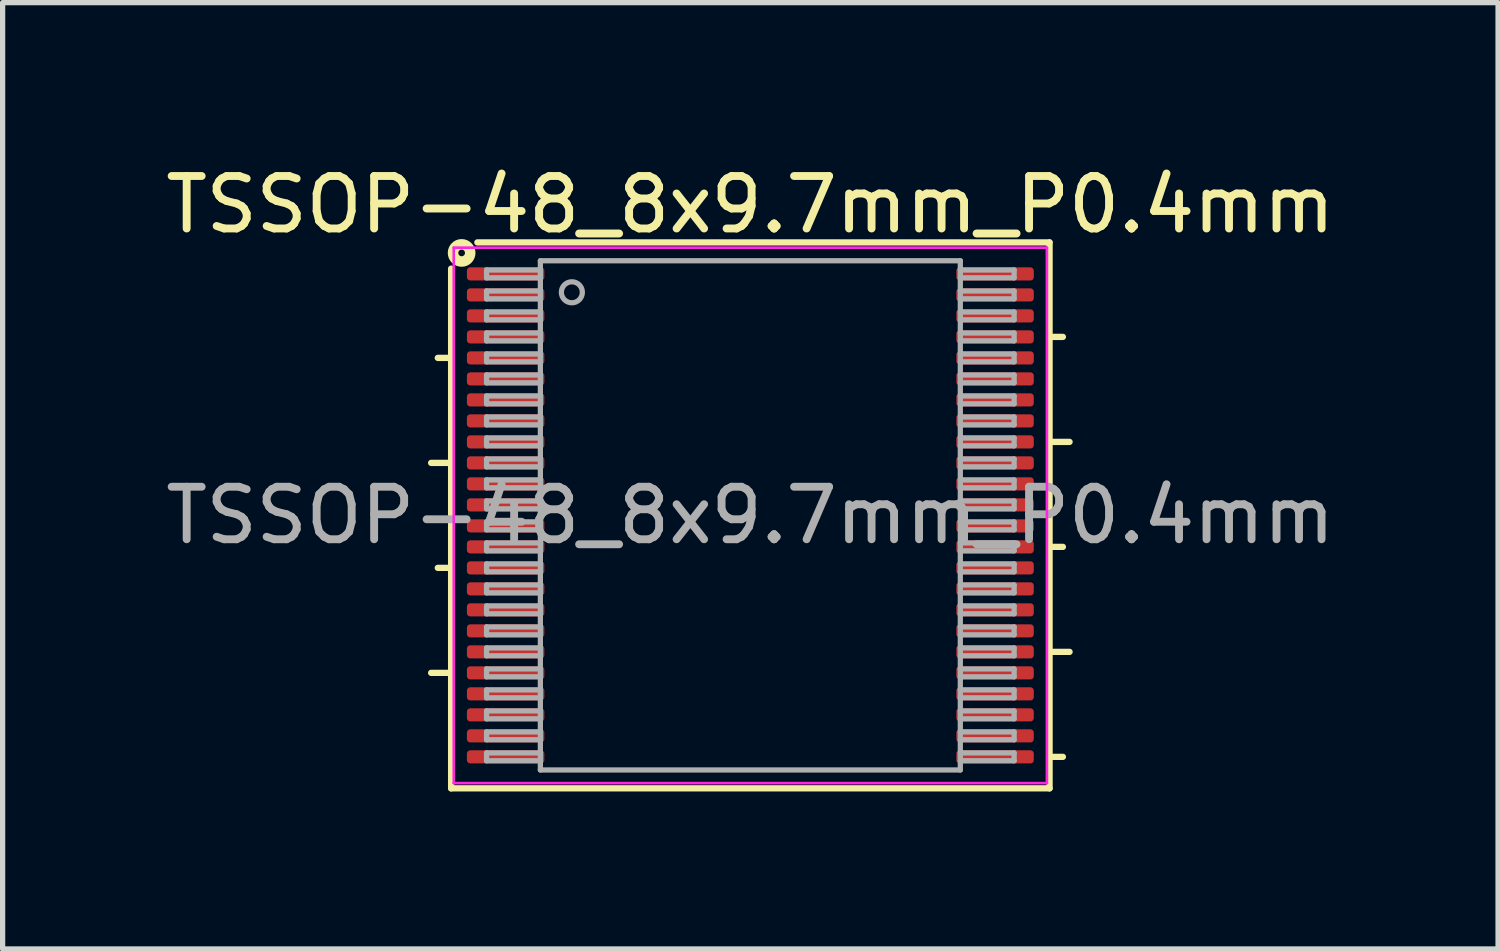
<source format=kicad_pcb>
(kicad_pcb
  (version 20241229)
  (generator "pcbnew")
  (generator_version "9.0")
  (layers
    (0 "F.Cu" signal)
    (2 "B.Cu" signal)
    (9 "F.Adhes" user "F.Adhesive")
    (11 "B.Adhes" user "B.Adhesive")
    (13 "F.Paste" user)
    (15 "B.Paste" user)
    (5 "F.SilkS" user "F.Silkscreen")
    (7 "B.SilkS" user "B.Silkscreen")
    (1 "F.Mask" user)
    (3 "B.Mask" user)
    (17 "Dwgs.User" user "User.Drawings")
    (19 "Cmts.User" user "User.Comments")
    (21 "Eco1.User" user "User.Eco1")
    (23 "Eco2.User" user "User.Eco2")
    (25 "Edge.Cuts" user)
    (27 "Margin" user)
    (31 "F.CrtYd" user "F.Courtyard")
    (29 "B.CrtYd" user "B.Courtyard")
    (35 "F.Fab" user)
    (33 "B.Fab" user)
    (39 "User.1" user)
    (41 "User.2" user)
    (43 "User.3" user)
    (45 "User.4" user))
  (footprint "TSSOP-48_8x9.7mm_P0.4mm"
    (layer "F.Cu")
    (at 11.244 6.768)
    (property "Reference" "TSSOP-48_8x9.7mm_P0.4mm" (at 0 -5.92 0) (layer "F.SilkS") (effects (font (size 1 1) (thickness 0.15))))
    (attr smd)
    (fp_line (start -6.081 -1) (end -5.7 -1) (stroke (width 0.12) (type solid)) (layer "F.SilkS"))
    (fp_line (start -6.081 3) (end -5.7 3) (stroke (width 0.12) (type solid)) (layer "F.SilkS"))
    (fp_line (start -5.954 -3) (end -5.7 -3) (stroke (width 0.12) (type solid)) (layer "F.SilkS"))
    (fp_line (start -5.954 1) (end -5.7 1) (stroke (width 0.12) (type solid)) (layer "F.SilkS"))
    (fp_line (start -5.7 -4.7) (end -5.7 5.2) (stroke (width 0.12) (type solid)) (layer "F.SilkS"))
    (fp_line (start -5.7 5.2) (end 5.7 5.2) (stroke (width 0.12) (type solid)) (layer "F.SilkS"))
    (fp_line (start 5.7 -5.2) (end -5.2 -5.2) (stroke (width 0.12) (type solid)) (layer "F.SilkS"))
    (fp_line (start 5.7 5.2) (end 5.7 -5.2) (stroke (width 0.12) (type solid)) (layer "F.SilkS"))
    (fp_line (start 5.954 -3.4) (end 5.7 -3.4) (stroke (width 0.12) (type solid)) (layer "F.SilkS"))
    (fp_line (start 5.954 0.6) (end 5.7 0.6) (stroke (width 0.12) (type solid)) (layer "F.SilkS"))
    (fp_line (start 5.954 4.6) (end 5.7 4.6) (stroke (width 0.12) (type solid)) (layer "F.SilkS"))
    (fp_line (start 6.081 -1.4) (end 5.7 -1.4) (stroke (width 0.12) (type solid)) (layer "F.SilkS"))
    (fp_line (start 6.081 2.6) (end 5.7 2.6) (stroke (width 0.12) (type solid)) (layer "F.SilkS"))
    (fp_circle (center -5.5 -5) (end -5.436 -5) (stroke (width 0.2) (type solid)) (fill no) (layer "F.SilkS"))
    (fp_line (start -5.65 -5.1) (end -5.65 5.1) (stroke (width 0.05) (type solid)) (layer "F.CrtYd"))
    (fp_line (start -5.65 5.1) (end 5.65 5.1) (stroke (width 0.05) (type solid)) (layer "F.CrtYd"))
    (fp_line (start 5.65 -5.1) (end -5.65 -5.1) (stroke (width 0.05) (type solid)) (layer "F.CrtYd"))
    (fp_line (start 5.65 5.1) (end 5.65 -5.1) (stroke (width 0.05) (type solid)) (layer "F.CrtYd"))
    (fp_line (start -5.025 -4.675) (end -5.025 -4.525) (stroke (width 0.1) (type solid)) (layer "F.Fab"))
    (fp_line (start -5.025 -4.525) (end -4 -4.525) (stroke (width 0.1) (type solid)) (layer "F.Fab"))
    (fp_line (start -5.025 -4.275) (end -5.025 -4.125) (stroke (width 0.1) (type solid)) (layer "F.Fab"))
    (fp_line (start -5.025 -4.125) (end -4 -4.125) (stroke (width 0.1) (type solid)) (layer "F.Fab"))
    (fp_line (start -5.025 -3.875) (end -5.025 -3.725) (stroke (width 0.1) (type solid)) (layer "F.Fab"))
    (fp_line (start -5.025 -3.725) (end -4 -3.725) (stroke (width 0.1) (type solid)) (layer "F.Fab"))
    (fp_line (start -5.025 -3.475) (end -5.025 -3.325) (stroke (width 0.1) (type solid)) (layer "F.Fab"))
    (fp_line (start -5.025 -3.325) (end -4 -3.325) (stroke (width 0.1) (type solid)) (layer "F.Fab"))
    (fp_line (start -5.025 -3.075) (end -5.025 -2.925) (stroke (width 0.1) (type solid)) (layer "F.Fab"))
    (fp_line (start -5.025 -2.925) (end -4 -2.925) (stroke (width 0.1) (type solid)) (layer "F.Fab"))
    (fp_line (start -5.025 -2.675) (end -5.025 -2.525) (stroke (width 0.1) (type solid)) (layer "F.Fab"))
    (fp_line (start -5.025 -2.525) (end -4 -2.525) (stroke (width 0.1) (type solid)) (layer "F.Fab"))
    (fp_line (start -5.025 -2.275) (end -5.025 -2.125) (stroke (width 0.1) (type solid)) (layer "F.Fab"))
    (fp_line (start -5.025 -2.125) (end -4 -2.125) (stroke (width 0.1) (type solid)) (layer "F.Fab"))
    (fp_line (start -5.025 -1.875) (end -5.025 -1.725) (stroke (width 0.1) (type solid)) (layer "F.Fab"))
    (fp_line (start -5.025 -1.725) (end -4 -1.725) (stroke (width 0.1) (type solid)) (layer "F.Fab"))
    (fp_line (start -5.025 -1.475) (end -5.025 -1.325) (stroke (width 0.1) (type solid)) (layer "F.Fab"))
    (fp_line (start -5.025 -1.325) (end -4 -1.325) (stroke (width 0.1) (type solid)) (layer "F.Fab"))
    (fp_line (start -5.025 -1.075) (end -5.025 -0.925) (stroke (width 0.1) (type solid)) (layer "F.Fab"))
    (fp_line (start -5.025 -0.925) (end -4 -0.925) (stroke (width 0.1) (type solid)) (layer "F.Fab"))
    (fp_line (start -5.025 -0.675) (end -5.025 -0.525) (stroke (width 0.1) (type solid)) (layer "F.Fab"))
    (fp_line (start -5.025 -0.525) (end -4 -0.525) (stroke (width 0.1) (type solid)) (layer "F.Fab"))
    (fp_line (start -5.025 -0.275) (end -5.025 -0.125) (stroke (width 0.1) (type solid)) (layer "F.Fab"))
    (fp_line (start -5.025 -0.125) (end -4 -0.125) (stroke (width 0.1) (type solid)) (layer "F.Fab"))
    (fp_line (start -5.025 0.125) (end -5.025 0.275) (stroke (width 0.1) (type solid)) (layer "F.Fab"))
    (fp_line (start -5.025 0.275) (end -4 0.275) (stroke (width 0.1) (type solid)) (layer "F.Fab"))
    (fp_line (start -5.025 0.525) (end -5.025 0.675) (stroke (width 0.1) (type solid)) (layer "F.Fab"))
    (fp_line (start -5.025 0.675) (end -4 0.675) (stroke (width 0.1) (type solid)) (layer "F.Fab"))
    (fp_line (start -5.025 0.925) (end -5.025 1.075) (stroke (width 0.1) (type solid)) (layer "F.Fab"))
    (fp_line (start -5.025 1.075) (end -4 1.075) (stroke (width 0.1) (type solid)) (layer "F.Fab"))
    (fp_line (start -5.025 1.325) (end -5.025 1.475) (stroke (width 0.1) (type solid)) (layer "F.Fab"))
    (fp_line (start -5.025 1.475) (end -4 1.475) (stroke (width 0.1) (type solid)) (layer "F.Fab"))
    (fp_line (start -5.025 1.725) (end -5.025 1.875) (stroke (width 0.1) (type solid)) (layer "F.Fab"))
    (fp_line (start -5.025 1.875) (end -4 1.875) (stroke (width 0.1) (type solid)) (layer "F.Fab"))
    (fp_line (start -5.025 2.125) (end -5.025 2.275) (stroke (width 0.1) (type solid)) (layer "F.Fab"))
    (fp_line (start -5.025 2.275) (end -4 2.275) (stroke (width 0.1) (type solid)) (layer "F.Fab"))
    (fp_line (start -5.025 2.525) (end -5.025 2.675) (stroke (width 0.1) (type solid)) (layer "F.Fab"))
    (fp_line (start -5.025 2.675) (end -4 2.675) (stroke (width 0.1) (type solid)) (layer "F.Fab"))
    (fp_line (start -5.025 2.925) (end -5.025 3.075) (stroke (width 0.1) (type solid)) (layer "F.Fab"))
    (fp_line (start -5.025 3.075) (end -4 3.075) (stroke (width 0.1) (type solid)) (layer "F.Fab"))
    (fp_line (start -5.025 3.325) (end -5.025 3.475) (stroke (width 0.1) (type solid)) (layer "F.Fab"))
    (fp_line (start -5.025 3.475) (end -4 3.475) (stroke (width 0.1) (type solid)) (layer "F.Fab"))
    (fp_line (start -5.025 3.725) (end -5.025 3.875) (stroke (width 0.1) (type solid)) (layer "F.Fab"))
    (fp_line (start -5.025 3.875) (end -4 3.875) (stroke (width 0.1) (type solid)) (layer "F.Fab"))
    (fp_line (start -5.025 4.125) (end -5.025 4.275) (stroke (width 0.1) (type solid)) (layer "F.Fab"))
    (fp_line (start -5.025 4.275) (end -4 4.275) (stroke (width 0.1) (type solid)) (layer "F.Fab"))
    (fp_line (start -5.025 4.525) (end -5.025 4.675) (stroke (width 0.1) (type solid)) (layer "F.Fab"))
    (fp_line (start -5.025 4.675) (end -4 4.675) (stroke (width 0.1) (type solid)) (layer "F.Fab"))
    (fp_line (start -4 -4.85) (end 4 -4.85) (stroke (width 0.1) (type solid)) (layer "F.Fab"))
    (fp_line (start -4 -4.675) (end -5.025 -4.675) (stroke (width 0.1) (type solid)) (layer "F.Fab"))
    (fp_line (start -4 -4.275) (end -5.025 -4.275) (stroke (width 0.1) (type solid)) (layer "F.Fab"))
    (fp_line (start -4 -3.875) (end -5.025 -3.875) (stroke (width 0.1) (type solid)) (layer "F.Fab"))
    (fp_line (start -4 -3.475) (end -5.025 -3.475) (stroke (width 0.1) (type solid)) (layer "F.Fab"))
    (fp_line (start -4 -3.075) (end -5.025 -3.075) (stroke (width 0.1) (type solid)) (layer "F.Fab"))
    (fp_line (start -4 -2.675) (end -5.025 -2.675) (stroke (width 0.1) (type solid)) (layer "F.Fab"))
    (fp_line (start -4 -2.275) (end -5.025 -2.275) (stroke (width 0.1) (type solid)) (layer "F.Fab"))
    (fp_line (start -4 -1.875) (end -5.025 -1.875) (stroke (width 0.1) (type solid)) (layer "F.Fab"))
    (fp_line (start -4 -1.475) (end -5.025 -1.475) (stroke (width 0.1) (type solid)) (layer "F.Fab"))
    (fp_line (start -4 -1.075) (end -5.025 -1.075) (stroke (width 0.1) (type solid)) (layer "F.Fab"))
    (fp_line (start -4 -0.675) (end -5.025 -0.675) (stroke (width 0.1) (type solid)) (layer "F.Fab"))
    (fp_line (start -4 -0.275) (end -5.025 -0.275) (stroke (width 0.1) (type solid)) (layer "F.Fab"))
    (fp_line (start -4 0.125) (end -5.025 0.125) (stroke (width 0.1) (type solid)) (layer "F.Fab"))
    (fp_line (start -4 0.525) (end -5.025 0.525) (stroke (width 0.1) (type solid)) (layer "F.Fab"))
    (fp_line (start -4 0.925) (end -5.025 0.925) (stroke (width 0.1) (type solid)) (layer "F.Fab"))
    (fp_line (start -4 1.325) (end -5.025 1.325) (stroke (width 0.1) (type solid)) (layer "F.Fab"))
    (fp_line (start -4 1.725) (end -5.025 1.725) (stroke (width 0.1) (type solid)) (layer "F.Fab"))
    (fp_line (start -4 2.125) (end -5.025 2.125) (stroke (width 0.1) (type solid)) (layer "F.Fab"))
    (fp_line (start -4 2.525) (end -5.025 2.525) (stroke (width 0.1) (type solid)) (layer "F.Fab"))
    (fp_line (start -4 2.925) (end -5.025 2.925) (stroke (width 0.1) (type solid)) (layer "F.Fab"))
    (fp_line (start -4 3.325) (end -5.025 3.325) (stroke (width 0.1) (type solid)) (layer "F.Fab"))
    (fp_line (start -4 3.725) (end -5.025 3.725) (stroke (width 0.1) (type solid)) (layer "F.Fab"))
    (fp_line (start -4 4.125) (end -5.025 4.125) (stroke (width 0.1) (type solid)) (layer "F.Fab"))
    (fp_line (start -4 4.525) (end -5.025 4.525) (stroke (width 0.1) (type solid)) (layer "F.Fab"))
    (fp_line (start -4 4.85) (end -4 -4.85) (stroke (width 0.1) (type solid)) (layer "F.Fab"))
    (fp_line (start 4 -4.85) (end 4 4.85) (stroke (width 0.1) (type solid)) (layer "F.Fab"))
    (fp_line (start 4 -4.525) (end 5.025 -4.525) (stroke (width 0.1) (type solid)) (layer "F.Fab"))
    (fp_line (start 4 -4.125) (end 5.025 -4.125) (stroke (width 0.1) (type solid)) (layer "F.Fab"))
    (fp_line (start 4 -3.725) (end 5.025 -3.725) (stroke (width 0.1) (type solid)) (layer "F.Fab"))
    (fp_line (start 4 -3.325) (end 5.025 -3.325) (stroke (width 0.1) (type solid)) (layer "F.Fab"))
    (fp_line (start 4 -2.925) (end 5.025 -2.925) (stroke (width 0.1) (type solid)) (layer "F.Fab"))
    (fp_line (start 4 -2.525) (end 5.025 -2.525) (stroke (width 0.1) (type solid)) (layer "F.Fab"))
    (fp_line (start 4 -2.125) (end 5.025 -2.125) (stroke (width 0.1) (type solid)) (layer "F.Fab"))
    (fp_line (start 4 -1.725) (end 5.025 -1.725) (stroke (width 0.1) (type solid)) (layer "F.Fab"))
    (fp_line (start 4 -1.325) (end 5.025 -1.325) (stroke (width 0.1) (type solid)) (layer "F.Fab"))
    (fp_line (start 4 -0.925) (end 5.025 -0.925) (stroke (width 0.1) (type solid)) (layer "F.Fab"))
    (fp_line (start 4 -0.525) (end 5.025 -0.525) (stroke (width 0.1) (type solid)) (layer "F.Fab"))
    (fp_line (start 4 -0.125) (end 5.025 -0.125) (stroke (width 0.1) (type solid)) (layer "F.Fab"))
    (fp_line (start 4 0.275) (end 5.025 0.275) (stroke (width 0.1) (type solid)) (layer "F.Fab"))
    (fp_line (start 4 0.675) (end 5.025 0.675) (stroke (width 0.1) (type solid)) (layer "F.Fab"))
    (fp_line (start 4 1.075) (end 5.025 1.075) (stroke (width 0.1) (type solid)) (layer "F.Fab"))
    (fp_line (start 4 1.475) (end 5.025 1.475) (stroke (width 0.1) (type solid)) (layer "F.Fab"))
    (fp_line (start 4 1.875) (end 5.025 1.875) (stroke (width 0.1) (type solid)) (layer "F.Fab"))
    (fp_line (start 4 2.275) (end 5.025 2.275) (stroke (width 0.1) (type solid)) (layer "F.Fab"))
    (fp_line (start 4 2.675) (end 5.025 2.675) (stroke (width 0.1) (type solid)) (layer "F.Fab"))
    (fp_line (start 4 3.075) (end 5.025 3.075) (stroke (width 0.1) (type solid)) (layer "F.Fab"))
    (fp_line (start 4 3.475) (end 5.025 3.475) (stroke (width 0.1) (type solid)) (layer "F.Fab"))
    (fp_line (start 4 3.875) (end 5.025 3.875) (stroke (width 0.1) (type solid)) (layer "F.Fab"))
    (fp_line (start 4 4.275) (end 5.025 4.275) (stroke (width 0.1) (type solid)) (layer "F.Fab"))
    (fp_line (start 4 4.675) (end 5.025 4.675) (stroke (width 0.1) (type solid)) (layer "F.Fab"))
    (fp_line (start 4 4.85) (end -4 4.85) (stroke (width 0.1) (type solid)) (layer "F.Fab"))
    (fp_line (start 5.025 -4.675) (end 4 -4.675) (stroke (width 0.1) (type solid)) (layer "F.Fab"))
    (fp_line (start 5.025 -4.525) (end 5.025 -4.675) (stroke (width 0.1) (type solid)) (layer "F.Fab"))
    (fp_line (start 5.025 -4.275) (end 4 -4.275) (stroke (width 0.1) (type solid)) (layer "F.Fab"))
    (fp_line (start 5.025 -4.125) (end 5.025 -4.275) (stroke (width 0.1) (type solid)) (layer "F.Fab"))
    (fp_line (start 5.025 -3.875) (end 4 -3.875) (stroke (width 0.1) (type solid)) (layer "F.Fab"))
    (fp_line (start 5.025 -3.725) (end 5.025 -3.875) (stroke (width 0.1) (type solid)) (layer "F.Fab"))
    (fp_line (start 5.025 -3.475) (end 4 -3.475) (stroke (width 0.1) (type solid)) (layer "F.Fab"))
    (fp_line (start 5.025 -3.325) (end 5.025 -3.475) (stroke (width 0.1) (type solid)) (layer "F.Fab"))
    (fp_line (start 5.025 -3.075) (end 4 -3.075) (stroke (width 0.1) (type solid)) (layer "F.Fab"))
    (fp_line (start 5.025 -2.925) (end 5.025 -3.075) (stroke (width 0.1) (type solid)) (layer "F.Fab"))
    (fp_line (start 5.025 -2.675) (end 4 -2.675) (stroke (width 0.1) (type solid)) (layer "F.Fab"))
    (fp_line (start 5.025 -2.525) (end 5.025 -2.675) (stroke (width 0.1) (type solid)) (layer "F.Fab"))
    (fp_line (start 5.025 -2.275) (end 4 -2.275) (stroke (width 0.1) (type solid)) (layer "F.Fab"))
    (fp_line (start 5.025 -2.125) (end 5.025 -2.275) (stroke (width 0.1) (type solid)) (layer "F.Fab"))
    (fp_line (start 5.025 -1.875) (end 4 -1.875) (stroke (width 0.1) (type solid)) (layer "F.Fab"))
    (fp_line (start 5.025 -1.725) (end 5.025 -1.875) (stroke (width 0.1) (type solid)) (layer "F.Fab"))
    (fp_line (start 5.025 -1.475) (end 4 -1.475) (stroke (width 0.1) (type solid)) (layer "F.Fab"))
    (fp_line (start 5.025 -1.325) (end 5.025 -1.475) (stroke (width 0.1) (type solid)) (layer "F.Fab"))
    (fp_line (start 5.025 -1.075) (end 4 -1.075) (stroke (width 0.1) (type solid)) (layer "F.Fab"))
    (fp_line (start 5.025 -0.925) (end 5.025 -1.075) (stroke (width 0.1) (type solid)) (layer "F.Fab"))
    (fp_line (start 5.025 -0.675) (end 4 -0.675) (stroke (width 0.1) (type solid)) (layer "F.Fab"))
    (fp_line (start 5.025 -0.525) (end 5.025 -0.675) (stroke (width 0.1) (type solid)) (layer "F.Fab"))
    (fp_line (start 5.025 -0.275) (end 4 -0.275) (stroke (width 0.1) (type solid)) (layer "F.Fab"))
    (fp_line (start 5.025 -0.125) (end 5.025 -0.275) (stroke (width 0.1) (type solid)) (layer "F.Fab"))
    (fp_line (start 5.025 0.125) (end 4 0.125) (stroke (width 0.1) (type solid)) (layer "F.Fab"))
    (fp_line (start 5.025 0.275) (end 5.025 0.125) (stroke (width 0.1) (type solid)) (layer "F.Fab"))
    (fp_line (start 5.025 0.525) (end 4 0.525) (stroke (width 0.1) (type solid)) (layer "F.Fab"))
    (fp_line (start 5.025 0.675) (end 5.025 0.525) (stroke (width 0.1) (type solid)) (layer "F.Fab"))
    (fp_line (start 5.025 0.925) (end 4 0.925) (stroke (width 0.1) (type solid)) (layer "F.Fab"))
    (fp_line (start 5.025 1.075) (end 5.025 0.925) (stroke (width 0.1) (type solid)) (layer "F.Fab"))
    (fp_line (start 5.025 1.325) (end 4 1.325) (stroke (width 0.1) (type solid)) (layer "F.Fab"))
    (fp_line (start 5.025 1.475) (end 5.025 1.325) (stroke (width 0.1) (type solid)) (layer "F.Fab"))
    (fp_line (start 5.025 1.725) (end 4 1.725) (stroke (width 0.1) (type solid)) (layer "F.Fab"))
    (fp_line (start 5.025 1.875) (end 5.025 1.725) (stroke (width 0.1) (type solid)) (layer "F.Fab"))
    (fp_line (start 5.025 2.125) (end 4 2.125) (stroke (width 0.1) (type solid)) (layer "F.Fab"))
    (fp_line (start 5.025 2.275) (end 5.025 2.125) (stroke (width 0.1) (type solid)) (layer "F.Fab"))
    (fp_line (start 5.025 2.525) (end 4 2.525) (stroke (width 0.1) (type solid)) (layer "F.Fab"))
    (fp_line (start 5.025 2.675) (end 5.025 2.525) (stroke (width 0.1) (type solid)) (layer "F.Fab"))
    (fp_line (start 5.025 2.925) (end 4 2.925) (stroke (width 0.1) (type solid)) (layer "F.Fab"))
    (fp_line (start 5.025 3.075) (end 5.025 2.925) (stroke (width 0.1) (type solid)) (layer "F.Fab"))
    (fp_line (start 5.025 3.325) (end 4 3.325) (stroke (width 0.1) (type solid)) (layer "F.Fab"))
    (fp_line (start 5.025 3.475) (end 5.025 3.325) (stroke (width 0.1) (type solid)) (layer "F.Fab"))
    (fp_line (start 5.025 3.725) (end 4 3.725) (stroke (width 0.1) (type solid)) (layer "F.Fab"))
    (fp_line (start 5.025 3.875) (end 5.025 3.725) (stroke (width 0.1) (type solid)) (layer "F.Fab"))
    (fp_line (start 5.025 4.125) (end 4 4.125) (stroke (width 0.1) (type solid)) (layer "F.Fab"))
    (fp_line (start 5.025 4.275) (end 5.025 4.125) (stroke (width 0.1) (type solid)) (layer "F.Fab"))
    (fp_line (start 5.025 4.525) (end 4 4.525) (stroke (width 0.1) (type solid)) (layer "F.Fab"))
    (fp_line (start 5.025 4.675) (end 5.025 4.525) (stroke (width 0.1) (type solid)) (layer "F.Fab"))
    (fp_circle (center -3.4 -4.25) (end -3.2 -4.25) (stroke (width 0.1) (type solid)) (fill no) (layer "F.Fab"))
    (fp_text user "${REFERENCE}" (at 0 0 0) (layer "F.Fab") (effects (font (size 1 1) (thickness 0.15))))
    (pad "1" smd roundrect (at -4.662 -4.6) (size 1.475 0.25) (layers "F.Cu" "F.Mask" "F.Paste") (roundrect_rratio 0.25))
    (pad "2" smd roundrect (at -4.662 -4.2) (size 1.475 0.25) (layers "F.Cu" "F.Mask" "F.Paste") (roundrect_rratio 0.25))
    (pad "3" smd roundrect (at -4.662 -3.8) (size 1.475 0.25) (layers "F.Cu" "F.Mask" "F.Paste") (roundrect_rratio 0.25))
    (pad "4" smd roundrect (at -4.662 -3.4) (size 1.475 0.25) (layers "F.Cu" "F.Mask" "F.Paste") (roundrect_rratio 0.25))
    (pad "5" smd roundrect (at -4.662 -3) (size 1.475 0.25) (layers "F.Cu" "F.Mask" "F.Paste") (roundrect_rratio 0.25))
    (pad "6" smd roundrect (at -4.662 -2.6) (size 1.475 0.25) (layers "F.Cu" "F.Mask" "F.Paste") (roundrect_rratio 0.25))
    (pad "7" smd roundrect (at -4.662 -2.2) (size 1.475 0.25) (layers "F.Cu" "F.Mask" "F.Paste") (roundrect_rratio 0.25))
    (pad "8" smd roundrect (at -4.662 -1.8) (size 1.475 0.25) (layers "F.Cu" "F.Mask" "F.Paste") (roundrect_rratio 0.25))
    (pad "9" smd roundrect (at -4.662 -1.4) (size 1.475 0.25) (layers "F.Cu" "F.Mask" "F.Paste") (roundrect_rratio 0.25))
    (pad "10" smd roundrect (at -4.662 -1) (size 1.475 0.25) (layers "F.Cu" "F.Mask" "F.Paste") (roundrect_rratio 0.25))
    (pad "11" smd roundrect (at -4.662 -0.6) (size 1.475 0.25) (layers "F.Cu" "F.Mask" "F.Paste") (roundrect_rratio 0.25))
    (pad "12" smd roundrect (at -4.662 -0.2) (size 1.475 0.25) (layers "F.Cu" "F.Mask" "F.Paste") (roundrect_rratio 0.25))
    (pad "13" smd roundrect (at -4.662 0.2) (size 1.475 0.25) (layers "F.Cu" "F.Mask" "F.Paste") (roundrect_rratio 0.25))
    (pad "14" smd roundrect (at -4.662 0.6) (size 1.475 0.25) (layers "F.Cu" "F.Mask" "F.Paste") (roundrect_rratio 0.25))
    (pad "15" smd roundrect (at -4.662 1) (size 1.475 0.25) (layers "F.Cu" "F.Mask" "F.Paste") (roundrect_rratio 0.25))
    (pad "16" smd roundrect (at -4.662 1.4) (size 1.475 0.25) (layers "F.Cu" "F.Mask" "F.Paste") (roundrect_rratio 0.25))
    (pad "17" smd roundrect (at -4.662 1.8) (size 1.475 0.25) (layers "F.Cu" "F.Mask" "F.Paste") (roundrect_rratio 0.25))
    (pad "18" smd roundrect (at -4.662 2.2) (size 1.475 0.25) (layers "F.Cu" "F.Mask" "F.Paste") (roundrect_rratio 0.25))
    (pad "19" smd roundrect (at -4.662 2.6) (size 1.475 0.25) (layers "F.Cu" "F.Mask" "F.Paste") (roundrect_rratio 0.25))
    (pad "20" smd roundrect (at -4.662 3) (size 1.475 0.25) (layers "F.Cu" "F.Mask" "F.Paste") (roundrect_rratio 0.25))
    (pad "21" smd roundrect (at -4.662 3.4) (size 1.475 0.25) (layers "F.Cu" "F.Mask" "F.Paste") (roundrect_rratio 0.25))
    (pad "22" smd roundrect (at -4.662 3.8) (size 1.475 0.25) (layers "F.Cu" "F.Mask" "F.Paste") (roundrect_rratio 0.25))
    (pad "23" smd roundrect (at -4.662 4.2) (size 1.475 0.25) (layers "F.Cu" "F.Mask" "F.Paste") (roundrect_rratio 0.25))
    (pad "24" smd roundrect (at -4.662 4.6) (size 1.475 0.25) (layers "F.Cu" "F.Mask" "F.Paste") (roundrect_rratio 0.25))
    (pad "25" smd roundrect (at 4.662 4.6) (size 1.475 0.25) (layers "F.Cu" "F.Mask" "F.Paste") (roundrect_rratio 0.25))
    (pad "26" smd roundrect (at 4.662 4.2) (size 1.475 0.25) (layers "F.Cu" "F.Mask" "F.Paste") (roundrect_rratio 0.25))
    (pad "27" smd roundrect (at 4.662 3.8) (size 1.475 0.25) (layers "F.Cu" "F.Mask" "F.Paste") (roundrect_rratio 0.25))
    (pad "28" smd roundrect (at 4.662 3.4) (size 1.475 0.25) (layers "F.Cu" "F.Mask" "F.Paste") (roundrect_rratio 0.25))
    (pad "29" smd roundrect (at 4.662 3) (size 1.475 0.25) (layers "F.Cu" "F.Mask" "F.Paste") (roundrect_rratio 0.25))
    (pad "30" smd roundrect (at 4.662 2.6) (size 1.475 0.25) (layers "F.Cu" "F.Mask" "F.Paste") (roundrect_rratio 0.25))
    (pad "31" smd roundrect (at 4.662 2.2) (size 1.475 0.25) (layers "F.Cu" "F.Mask" "F.Paste") (roundrect_rratio 0.25))
    (pad "32" smd roundrect (at 4.662 1.8) (size 1.475 0.25) (layers "F.Cu" "F.Mask" "F.Paste") (roundrect_rratio 0.25))
    (pad "33" smd roundrect (at 4.662 1.4) (size 1.475 0.25) (layers "F.Cu" "F.Mask" "F.Paste") (roundrect_rratio 0.25))
    (pad "34" smd roundrect (at 4.662 1) (size 1.475 0.25) (layers "F.Cu" "F.Mask" "F.Paste") (roundrect_rratio 0.25))
    (pad "35" smd roundrect (at 4.662 0.6) (size 1.475 0.25) (layers "F.Cu" "F.Mask" "F.Paste") (roundrect_rratio 0.25))
    (pad "36" smd roundrect (at 4.662 0.2) (size 1.475 0.25) (layers "F.Cu" "F.Mask" "F.Paste") (roundrect_rratio 0.25))
    (pad "37" smd roundrect (at 4.662 -0.2) (size 1.475 0.25) (layers "F.Cu" "F.Mask" "F.Paste") (roundrect_rratio 0.25))
    (pad "38" smd roundrect (at 4.662 -0.6) (size 1.475 0.25) (layers "F.Cu" "F.Mask" "F.Paste") (roundrect_rratio 0.25))
    (pad "39" smd roundrect (at 4.662 -1) (size 1.475 0.25) (layers "F.Cu" "F.Mask" "F.Paste") (roundrect_rratio 0.25))
    (pad "40" smd roundrect (at 4.662 -1.4) (size 1.475 0.25) (layers "F.Cu" "F.Mask" "F.Paste") (roundrect_rratio 0.25))
    (pad "41" smd roundrect (at 4.662 -1.8) (size 1.475 0.25) (layers "F.Cu" "F.Mask" "F.Paste") (roundrect_rratio 0.25))
    (pad "42" smd roundrect (at 4.662 -2.2) (size 1.475 0.25) (layers "F.Cu" "F.Mask" "F.Paste") (roundrect_rratio 0.25))
    (pad "43" smd roundrect (at 4.662 -2.6) (size 1.475 0.25) (layers "F.Cu" "F.Mask" "F.Paste") (roundrect_rratio 0.25))
    (pad "44" smd roundrect (at 4.662 -3) (size 1.475 0.25) (layers "F.Cu" "F.Mask" "F.Paste") (roundrect_rratio 0.25))
    (pad "45" smd roundrect (at 4.662 -3.4) (size 1.475 0.25) (layers "F.Cu" "F.Mask" "F.Paste") (roundrect_rratio 0.25))
    (pad "46" smd roundrect (at 4.662 -3.8) (size 1.475 0.25) (layers "F.Cu" "F.Mask" "F.Paste") (roundrect_rratio 0.25))
    (pad "47" smd roundrect (at 4.662 -4.2) (size 1.475 0.25) (layers "F.Cu" "F.Mask" "F.Paste") (roundrect_rratio 0.25))
    (pad "48" smd roundrect (at 4.662 -4.6) (size 1.475 0.25) (layers "F.Cu" "F.Mask" "F.Paste") (roundrect_rratio 0.25)))
  (gr_rect
    (start -3 -3)
    (end 25.488 15.028)
    (stroke (width 0.1) (type default))
    (fill no)
    (layer "Edge.Cuts")))
</source>
